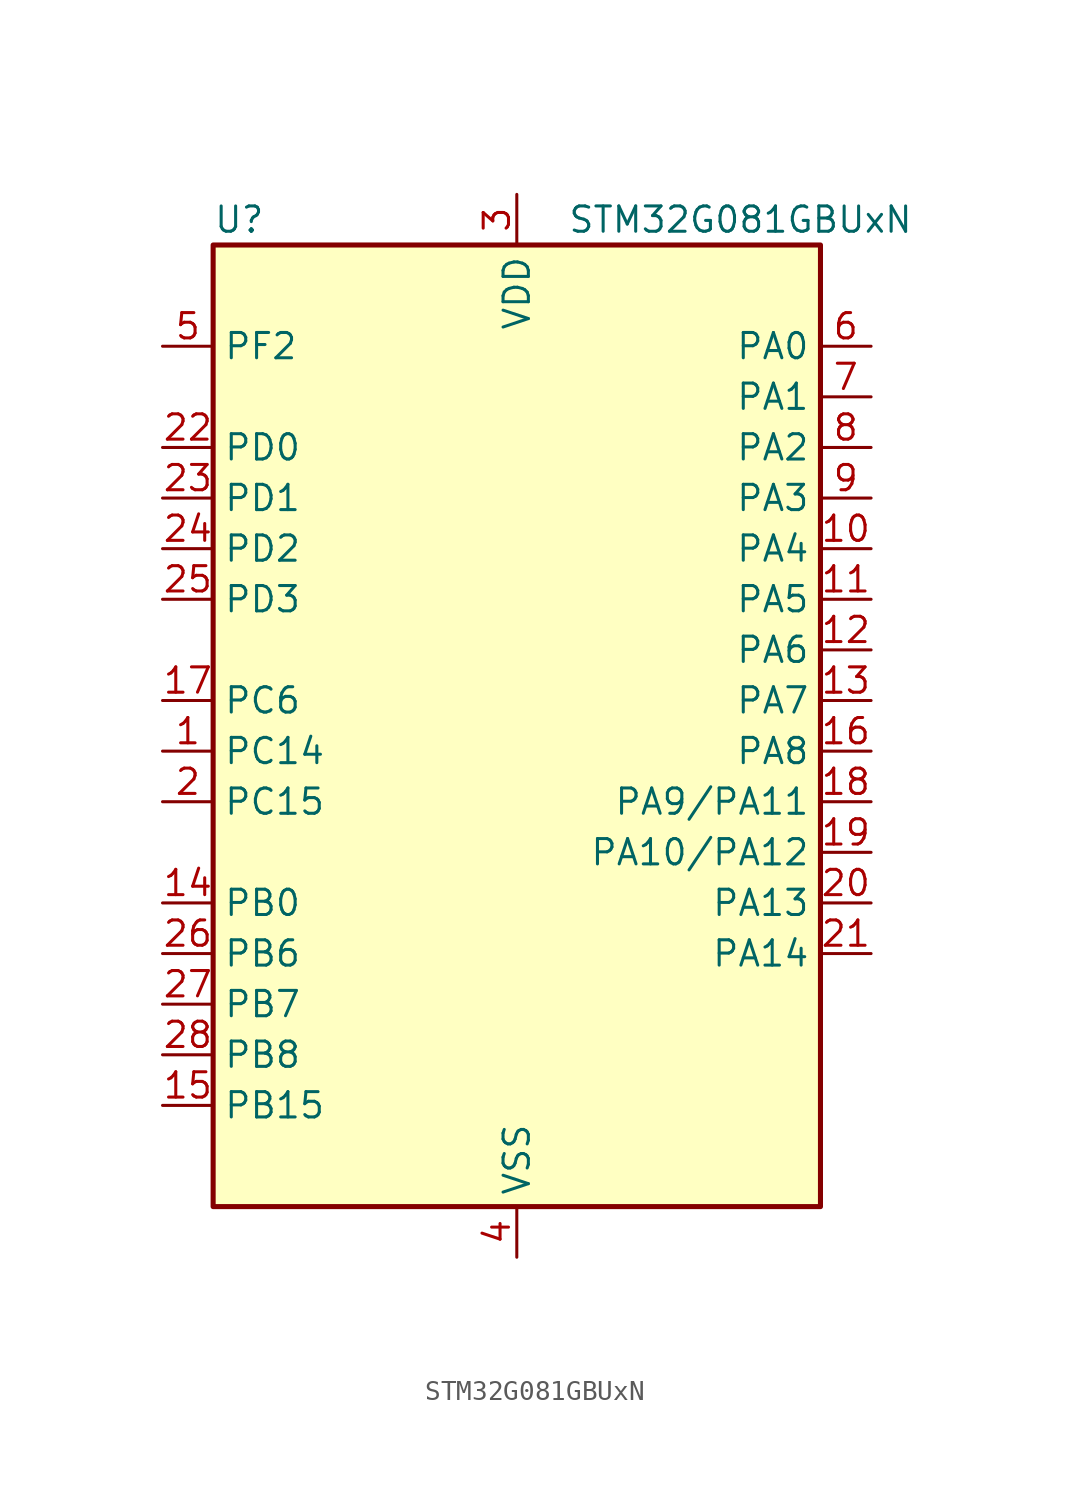
<source format=kicad_sym>
(kicad_symbol_lib
  (version 20241209)
  (generator "kicad_symbol_editor")
  (generator_version "9.0")
  (symbol "STM32G081GBUxN"
    (property "Reference" "U"
      (at -15.24 26.67 0)
      (effects (font (size 1.27 1.27)) (justify left)))
    (property "Value" "STM32G081GBUxN"
      (at 2.54 26.67 0)
      (effects (font (size 1.27 1.27)) (justify left)))
    (symbol "STM32G081GBUxN_0_1"
      (rectangle (start -15.24 -22.86) (end 15.24 25.4) (stroke (width 0.254) (type default)) (fill (type background))))
    (symbol "STM32G081GBUxN_1_1"
      (pin bidirectional line (at -17.78 20.32 0) (length 2.54) (name "PF2" (effects (font (size 1.27 1.27)))) (number "5" (effects (font (size 1.27 1.27)))) (alternate "RCC_MCO" bidirectional line))
      (pin bidirectional line (at -17.78 15.24 0) (length 2.54) (name "PD0" (effects (font (size 1.27 1.27)))) (number "22" (effects (font (size 1.27 1.27)))) (alternate "SPI2_NSS" bidirectional line) (alternate "TIM16_CH1" bidirectional line) (alternate "UCPD2_CC1" bidirectional line))
      (pin bidirectional line (at -17.78 12.7 0) (length 2.54) (name "PD1" (effects (font (size 1.27 1.27)))) (number "23" (effects (font (size 1.27 1.27)))) (alternate "SPI2_SCK" bidirectional line) (alternate "TIM17_CH1" bidirectional line) (alternate "UCPD2_DBCC1" bidirectional line))
      (pin bidirectional line (at -17.78 10.16 0) (length 2.54) (name "PD2" (effects (font (size 1.27 1.27)))) (number "24" (effects (font (size 1.27 1.27)))) (alternate "TIM1_CH1N" bidirectional line) (alternate "TIM3_ETR" bidirectional line) (alternate "UCPD2_CC2" bidirectional line) (alternate "USART3_CK" bidirectional line) (alternate "USART3_DE" bidirectional line) (alternate "USART3_RTS" bidirectional line))
      (pin bidirectional line (at -17.78 7.62 0) (length 2.54) (name "PD3" (effects (font (size 1.27 1.27)))) (number "25" (effects (font (size 1.27 1.27)))) (alternate "SPI2_MISO" bidirectional line) (alternate "TIM1_CH2N" bidirectional line) (alternate "UCPD2_DBCC2" bidirectional line) (alternate "USART2_CTS" bidirectional line) (alternate "USART2_NSS" bidirectional line))
      (pin bidirectional line (at -17.78 2.54 0) (length 2.54) (name "PC6" (effects (font (size 1.27 1.27)))) (number "17" (effects (font (size 1.27 1.27)))) (alternate "TIM2_CH3" bidirectional line) (alternate "TIM3_CH1" bidirectional line) (alternate "UCPD1_DBCC1" bidirectional line) (alternate "UCPD1_FRSTX1" bidirectional line) (alternate "UCPD1_FRSTX2" bidirectional line))
      (pin bidirectional line (at -17.78 0 0) (length 2.54) (name "PC14" (effects (font (size 1.27 1.27)))) (number "1" (effects (font (size 1.27 1.27)))) (alternate "RCC_OSC32_IN" bidirectional line) (alternate "RCC_OSC_IN" bidirectional line) (alternate "TIM1_BK2" bidirectional line))
      (pin bidirectional line (at -17.78 -2.54 0) (length 2.54) (name "PC15" (effects (font (size 1.27 1.27)))) (number "2" (effects (font (size 1.27 1.27)))) (alternate "RCC_OSC32_EN" bidirectional line) (alternate "RCC_OSC32_OUT" bidirectional line) (alternate "RCC_OSC_EN" bidirectional line) (alternate "TIM15_BK" bidirectional line))
      (pin bidirectional line (at -17.78 -7.62 0) (length 2.54) (name "PB0" (effects (font (size 1.27 1.27)))) (number "14" (effects (font (size 1.27 1.27)))) (alternate "ADC1_IN8" bidirectional line) (alternate "COMP1_OUT" bidirectional line) (alternate "I2S1_WS" bidirectional line) (alternate "LPTIM1_OUT" bidirectional line) (alternate "SPI1_NSS" bidirectional line) (alternate "TIM1_CH2N" bidirectional line) (alternate "TIM3_CH3" bidirectional line) (alternate "UCPD1_DBCC2" bidirectional line) (alternate "UCPD1_FRSTX1" bidirectional line) (alternate "UCPD1_FRSTX2" bidirectional line) (alternate "USART3_RX" bidirectional line))
      (pin bidirectional line (at -17.78 -10.16 0) (length 2.54) (name "PB6" (effects (font (size 1.27 1.27)))) (number "26" (effects (font (size 1.27 1.27)))) (alternate "COMP2_INP" bidirectional line) (alternate "I2C1_SCL" bidirectional line) (alternate "LPTIM1_ETR" bidirectional line) (alternate "SPI2_MISO" bidirectional line) (alternate "TIM16_CH1N" bidirectional line) (alternate "TIM1_CH3" bidirectional line) (alternate "USART1_TX" bidirectional line))
      (pin bidirectional line (at -17.78 -12.7 0) (length 2.54) (name "PB7" (effects (font (size 1.27 1.27)))) (number "27" (effects (font (size 1.27 1.27)))) (alternate "COMP2_INM" bidirectional line) (alternate "I2C1_SDA" bidirectional line) (alternate "LPTIM1_IN2" bidirectional line) (alternate "SPI2_MOSI" bidirectional line) (alternate "SYS_PVD_IN" bidirectional line) (alternate "TIM17_CH1N" bidirectional line) (alternate "USART1_RX" bidirectional line) (alternate "USART4_CTS" bidirectional line) (alternate "USART4_NSS" bidirectional line))
      (pin bidirectional line (at -17.78 -15.24 0) (length 2.54) (name "PB8" (effects (font (size 1.27 1.27)))) (number "28" (effects (font (size 1.27 1.27)))) (alternate "CEC" bidirectional line) (alternate "I2C1_SCL" bidirectional line) (alternate "SPI2_SCK" bidirectional line) (alternate "TIM15_BK" bidirectional line) (alternate "TIM16_CH1" bidirectional line) (alternate "USART3_TX" bidirectional line))
      (pin bidirectional line (at -17.78 -17.78 0) (length 2.54) (name "PB15" (effects (font (size 1.27 1.27)))) (number "15" (effects (font (size 1.27 1.27)))) (alternate "RTC_REFIN" bidirectional line) (alternate "SPI2_MOSI" bidirectional line) (alternate "TIM15_CH1N" bidirectional line) (alternate "TIM15_CH2" bidirectional line) (alternate "TIM1_CH3N" bidirectional line) (alternate "UCPD1_CC2" bidirectional line))
      (pin power_in line (at 0 27.94 270) (length 2.54) (name "VDD" (effects (font (size 1.27 1.27)))) (number "3" (effects (font (size 1.27 1.27)))))
      (pin power_in line (at 0 -25.4 90) (length 2.54) (name "VSS" (effects (font (size 1.27 1.27)))) (number "4" (effects (font (size 1.27 1.27)))))
      (pin bidirectional line (at 17.78 20.32 180) (length 2.54) (name "PA0" (effects (font (size 1.27 1.27)))) (number "6" (effects (font (size 1.27 1.27)))) (alternate "ADC1_IN0" bidirectional line) (alternate "COMP1_INM" bidirectional line) (alternate "COMP1_OUT" bidirectional line) (alternate "LPTIM1_OUT" bidirectional line) (alternate "RTC_TAMP_IN2" bidirectional line) (alternate "SPI2_SCK" bidirectional line) (alternate "SYS_WKUP1" bidirectional line) (alternate "TIM2_CH1" bidirectional line) (alternate "TIM2_ETR" bidirectional line) (alternate "UCPD2_FRSTX1" bidirectional line) (alternate "UCPD2_FRSTX2" bidirectional line) (alternate "USART2_CTS" bidirectional line) (alternate "USART2_NSS" bidirectional line) (alternate "USART4_TX" bidirectional line))
      (pin bidirectional line (at 17.78 17.78 180) (length 2.54) (name "PA1" (effects (font (size 1.27 1.27)))) (number "7" (effects (font (size 1.27 1.27)))) (alternate "ADC1_IN1" bidirectional line) (alternate "COMP1_INP" bidirectional line) (alternate "I2C1_SMBA" bidirectional line) (alternate "I2S1_CK" bidirectional line) (alternate "SPI1_SCK" bidirectional line) (alternate "TIM15_CH1N" bidirectional line) (alternate "TIM2_CH2" bidirectional line) (alternate "USART2_CK" bidirectional line) (alternate "USART2_DE" bidirectional line) (alternate "USART2_RTS" bidirectional line) (alternate "USART4_RX" bidirectional line))
      (pin bidirectional line (at 17.78 15.24 180) (length 2.54) (name "PA2" (effects (font (size 1.27 1.27)))) (number "8" (effects (font (size 1.27 1.27)))) (alternate "ADC1_IN2" bidirectional line) (alternate "COMP2_INM" bidirectional line) (alternate "COMP2_OUT" bidirectional line) (alternate "I2S1_SD" bidirectional line) (alternate "LPUART1_TX" bidirectional line) (alternate "RCC_LSCO" bidirectional line) (alternate "SPI1_MOSI" bidirectional line) (alternate "SYS_WKUP4" bidirectional line) (alternate "TIM15_CH1" bidirectional line) (alternate "TIM2_CH3" bidirectional line) (alternate "UCPD1_FRSTX1" bidirectional line) (alternate "UCPD1_FRSTX2" bidirectional line) (alternate "USART2_TX" bidirectional line))
      (pin bidirectional line (at 17.78 12.7 180) (length 2.54) (name "PA3" (effects (font (size 1.27 1.27)))) (number "9" (effects (font (size 1.27 1.27)))) (alternate "ADC1_IN3" bidirectional line) (alternate "COMP2_INP" bidirectional line) (alternate "LPUART1_RX" bidirectional line) (alternate "SPI2_MISO" bidirectional line) (alternate "TIM15_CH2" bidirectional line) (alternate "TIM2_CH4" bidirectional line) (alternate "UCPD2_FRSTX1" bidirectional line) (alternate "UCPD2_FRSTX2" bidirectional line) (alternate "USART2_RX" bidirectional line))
      (pin bidirectional line (at 17.78 10.16 180) (length 2.54) (name "PA4" (effects (font (size 1.27 1.27)))) (number "10" (effects (font (size 1.27 1.27)))) (alternate "ADC1_IN4" bidirectional line) (alternate "DAC1_OUT1" bidirectional line) (alternate "I2S1_WS" bidirectional line) (alternate "LPTIM2_OUT" bidirectional line) (alternate "RTC_OUT_ALARM" bidirectional line) (alternate "RTC_OUT_CALIB" bidirectional line) (alternate "RTC_TAMP_IN1" bidirectional line) (alternate "RTC_TS" bidirectional line) (alternate "SPI1_NSS" bidirectional line) (alternate "SPI2_MOSI" bidirectional line) (alternate "SYS_WKUP2" bidirectional line) (alternate "TIM14_CH1" bidirectional line) (alternate "UCPD2_FRSTX1" bidirectional line) (alternate "UCPD2_FRSTX2" bidirectional line))
      (pin bidirectional line (at 17.78 7.62 180) (length 2.54) (name "PA5" (effects (font (size 1.27 1.27)))) (number "11" (effects (font (size 1.27 1.27)))) (alternate "ADC1_IN5" bidirectional line) (alternate "CEC" bidirectional line) (alternate "DAC1_OUT2" bidirectional line) (alternate "I2S1_CK" bidirectional line) (alternate "LPTIM2_ETR" bidirectional line) (alternate "SPI1_SCK" bidirectional line) (alternate "TIM2_CH1" bidirectional line) (alternate "TIM2_ETR" bidirectional line) (alternate "UCPD1_FRSTX1" bidirectional line) (alternate "UCPD1_FRSTX2" bidirectional line) (alternate "USART3_TX" bidirectional line))
      (pin bidirectional line (at 17.78 5.08 180) (length 2.54) (name "PA6" (effects (font (size 1.27 1.27)))) (number "12" (effects (font (size 1.27 1.27)))) (alternate "ADC1_IN6" bidirectional line) (alternate "COMP1_OUT" bidirectional line) (alternate "I2S1_MCK" bidirectional line) (alternate "LPUART1_CTS" bidirectional line) (alternate "SPI1_MISO" bidirectional line) (alternate "TIM16_CH1" bidirectional line) (alternate "TIM1_BK" bidirectional line) (alternate "TIM3_CH1" bidirectional line) (alternate "USART3_CTS" bidirectional line) (alternate "USART3_NSS" bidirectional line))
      (pin bidirectional line (at 17.78 2.54 180) (length 2.54) (name "PA7" (effects (font (size 1.27 1.27)))) (number "13" (effects (font (size 1.27 1.27)))) (alternate "ADC1_IN7" bidirectional line) (alternate "COMP2_OUT" bidirectional line) (alternate "I2S1_SD" bidirectional line) (alternate "SPI1_MOSI" bidirectional line) (alternate "TIM14_CH1" bidirectional line) (alternate "TIM17_CH1" bidirectional line) (alternate "TIM1_CH1N" bidirectional line) (alternate "TIM3_CH2" bidirectional line) (alternate "UCPD1_FRSTX1" bidirectional line) (alternate "UCPD1_FRSTX2" bidirectional line))
      (pin bidirectional line (at 17.78 0 180) (length 2.54) (name "PA8" (effects (font (size 1.27 1.27)))) (number "16" (effects (font (size 1.27 1.27)))) (alternate "LPTIM2_OUT" bidirectional line) (alternate "RCC_MCO" bidirectional line) (alternate "SPI2_NSS" bidirectional line) (alternate "TIM1_CH1" bidirectional line) (alternate "UCPD1_CC1" bidirectional line))
      (pin bidirectional line (at 17.78 -2.54 180) (length 2.54) (name "PA9/PA11" (effects (font (size 1.27 1.27)))) (number "18" (effects (font (size 1.27 1.27)))) (alternate "ADC1_EXTI11 (PA11)" bidirectional line) (alternate "COMP1_OUT (PA11)" bidirectional line) (alternate "DAC1_EXTI9 (PA9)" bidirectional line) (alternate "I2C1_SCL (PA9)" bidirectional line) (alternate "I2C2_SCL (PA11)" bidirectional line) (alternate "I2S1_MCK (PA11)" bidirectional line) (alternate "PA11" bidirectional line) (alternate "PA9" bidirectional line) (alternate "RCC_MCO (PA9)" bidirectional line) (alternate "SPI1_MISO (PA11)" bidirectional line) (alternate "SPI2_MISO (PA9)" bidirectional line) (alternate "TIM15_BK (PA9)" bidirectional line) (alternate "TIM1_BK2 (PA11)" bidirectional line) (alternate "TIM1_CH2 (PA9)" bidirectional line) (alternate "TIM1_CH4 (PA11)" bidirectional line) (alternate "USART1_CTS (PA11)" bidirectional line) (alternate "USART1_NSS (PA11)" bidirectional line) (alternate "USART1_TX (PA9)" bidirectional line))
      (pin bidirectional line (at 17.78 -5.08 180) (length 2.54) (name "PA10/PA12" (effects (font (size 1.27 1.27)))) (number "19" (effects (font (size 1.27 1.27)))) (alternate "COMP2_OUT (PA12)" bidirectional line) (alternate "I2C1_SDA (PA10)" bidirectional line) (alternate "I2C2_SDA (PA12)" bidirectional line) (alternate "I2S1_SD (PA12)" bidirectional line) (alternate "I2S_CKIN (PA12)" bidirectional line) (alternate "PA10" bidirectional line) (alternate "PA12" bidirectional line) (alternate "SPI1_MOSI (PA12)" bidirectional line) (alternate "SPI2_MOSI (PA10)" bidirectional line) (alternate "TIM17_BK (PA10)" bidirectional line) (alternate "TIM1_CH3 (PA10)" bidirectional line) (alternate "TIM1_ETR (PA12)" bidirectional line) (alternate "USART1_CK (PA12)" bidirectional line) (alternate "USART1_DE (PA12)" bidirectional line) (alternate "USART1_RTS (PA12)" bidirectional line) (alternate "USART1_RX (PA10)" bidirectional line))
      (pin bidirectional line (at 17.78 -7.62 180) (length 2.54) (name "PA13" (effects (font (size 1.27 1.27)))) (number "20" (effects (font (size 1.27 1.27)))) (alternate "IR_OUT" bidirectional line) (alternate "SYS_SWDIO" bidirectional line))
      (pin bidirectional line (at 17.78 -10.16 180) (length 2.54) (name "PA14" (effects (font (size 1.27 1.27)))) (number "21" (effects (font (size 1.27 1.27)))) (alternate "SYS_SWCLK" bidirectional line) (alternate "USART2_TX" bidirectional line)))))
</source>
